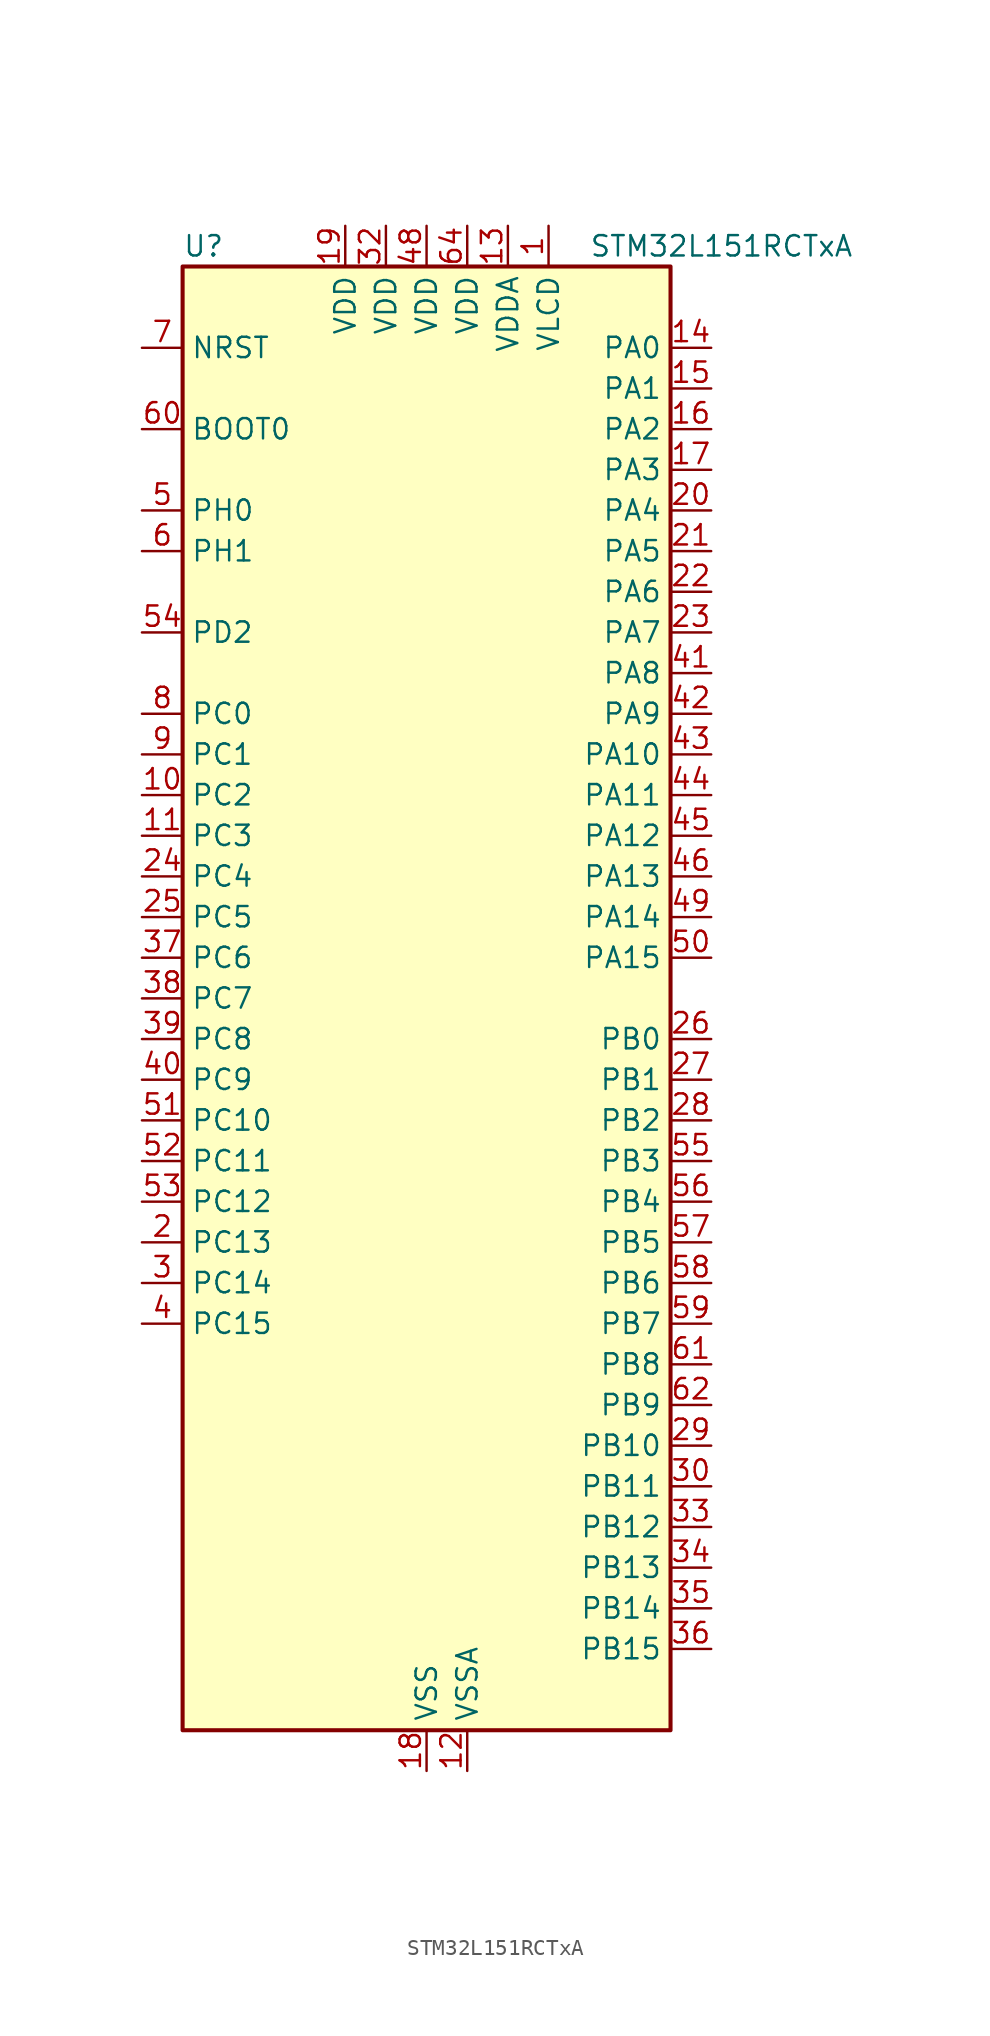
<source format=kicad_sym>
(kicad_symbol_lib
  (version 20241209)
  (generator "kicad_symbol_editor")
  (generator_version "9.0")
  (symbol "STM32L151RCTxA"
    (property "Reference" "U"
      (at -15.24 46.99 0)
      (effects (font (size 1.27 1.27)) (justify left)))
    (property "Value" "STM32L151RCTxA"
      (at 10.16 46.99 0)
      (effects (font (size 1.27 1.27)) (justify left)))
    (symbol "STM32L151RCTxA_0_1"
      (rectangle (start -15.24 -45.72) (end 15.24 45.72) (stroke (width 0.254) (type default)) (fill (type background))))
    (symbol "STM32L151RCTxA_1_1"
      (pin input line (at -17.78 40.64 0) (length 2.54) (name "NRST" (effects (font (size 1.27 1.27)))) (number "7" (effects (font (size 1.27 1.27)))))
      (pin input line (at -17.78 35.56 0) (length 2.54) (name "BOOT0" (effects (font (size 1.27 1.27)))) (number "60" (effects (font (size 1.27 1.27)))))
      (pin bidirectional line (at -17.78 30.48 0) (length 2.54) (name "PH0" (effects (font (size 1.27 1.27)))) (number "5" (effects (font (size 1.27 1.27)))) (alternate "RCC_OSC_IN" bidirectional line))
      (pin bidirectional line (at -17.78 27.94 0) (length 2.54) (name "PH1" (effects (font (size 1.27 1.27)))) (number "6" (effects (font (size 1.27 1.27)))) (alternate "RCC_OSC_OUT" bidirectional line))
      (pin bidirectional line (at -17.78 22.86 0) (length 2.54) (name "PD2" (effects (font (size 1.27 1.27)))) (number "54" (effects (font (size 1.27 1.27)))) (alternate "TIM3_ETR" bidirectional line) (alternate "TIMX_IC3" bidirectional line))
      (pin bidirectional line (at -17.78 17.78 0) (length 2.54) (name "PC0" (effects (font (size 1.27 1.27)))) (number "8" (effects (font (size 1.27 1.27)))) (alternate "ADC_IN10" bidirectional line) (alternate "COMP1_INP" bidirectional line) (alternate "TIMX_IC1" bidirectional line) (alternate "TS_G8_IO1" bidirectional line))
      (pin bidirectional line (at -17.78 15.24 0) (length 2.54) (name "PC1" (effects (font (size 1.27 1.27)))) (number "9" (effects (font (size 1.27 1.27)))) (alternate "ADC_IN11" bidirectional line) (alternate "COMP1_INP" bidirectional line) (alternate "TIMX_IC2" bidirectional line) (alternate "TS_G8_IO2" bidirectional line))
      (pin bidirectional line (at -17.78 12.7 0) (length 2.54) (name "PC2" (effects (font (size 1.27 1.27)))) (number "10" (effects (font (size 1.27 1.27)))) (alternate "ADC_IN12" bidirectional line) (alternate "COMP1_INP" bidirectional line) (alternate "TIMX_IC3" bidirectional line) (alternate "TS_G8_IO3" bidirectional line))
      (pin bidirectional line (at -17.78 10.16 0) (length 2.54) (name "PC3" (effects (font (size 1.27 1.27)))) (number "11" (effects (font (size 1.27 1.27)))) (alternate "ADC_IN13" bidirectional line) (alternate "COMP1_INP" bidirectional line) (alternate "TIMX_IC4" bidirectional line) (alternate "TS_G8_IO4" bidirectional line))
      (pin bidirectional line (at -17.78 7.62 0) (length 2.54) (name "PC4" (effects (font (size 1.27 1.27)))) (number "24" (effects (font (size 1.27 1.27)))) (alternate "ADC_IN14" bidirectional line) (alternate "COMP1_INP" bidirectional line) (alternate "TIMX_IC1" bidirectional line) (alternate "TS_G9_IO1" bidirectional line))
      (pin bidirectional line (at -17.78 5.08 0) (length 2.54) (name "PC5" (effects (font (size 1.27 1.27)))) (number "25" (effects (font (size 1.27 1.27)))) (alternate "ADC_IN15" bidirectional line) (alternate "COMP1_INP" bidirectional line) (alternate "TIMX_IC2" bidirectional line) (alternate "TS_G9_IO2" bidirectional line))
      (pin bidirectional line (at -17.78 2.54 0) (length 2.54) (name "PC6" (effects (font (size 1.27 1.27)))) (number "37" (effects (font (size 1.27 1.27)))) (alternate "I2S2_MCK" bidirectional line) (alternate "TIM3_CH1" bidirectional line) (alternate "TIMX_IC3" bidirectional line) (alternate "TS_G10_IO1" bidirectional line))
      (pin bidirectional line (at -17.78 0 0) (length 2.54) (name "PC7" (effects (font (size 1.27 1.27)))) (number "38" (effects (font (size 1.27 1.27)))) (alternate "I2S3_MCK" bidirectional line) (alternate "TIM3_CH2" bidirectional line) (alternate "TIMX_IC4" bidirectional line) (alternate "TS_G10_IO2" bidirectional line))
      (pin bidirectional line (at -17.78 -2.54 0) (length 2.54) (name "PC8" (effects (font (size 1.27 1.27)))) (number "39" (effects (font (size 1.27 1.27)))) (alternate "TIM3_CH3" bidirectional line) (alternate "TIMX_IC1" bidirectional line) (alternate "TS_G10_IO3" bidirectional line))
      (pin bidirectional line (at -17.78 -5.08 0) (length 2.54) (name "PC9" (effects (font (size 1.27 1.27)))) (number "40" (effects (font (size 1.27 1.27)))) (alternate "DAC_EXTI9" bidirectional line) (alternate "TIM3_CH4" bidirectional line) (alternate "TIMX_IC2" bidirectional line) (alternate "TS_G10_IO4" bidirectional line))
      (pin bidirectional line (at -17.78 -7.62 0) (length 2.54) (name "PC10" (effects (font (size 1.27 1.27)))) (number "51" (effects (font (size 1.27 1.27)))) (alternate "I2S3_CK" bidirectional line) (alternate "SPI3_SCK" bidirectional line) (alternate "TIMX_IC3" bidirectional line) (alternate "USART3_TX" bidirectional line))
      (pin bidirectional line (at -17.78 -10.16 0) (length 2.54) (name "PC11" (effects (font (size 1.27 1.27)))) (number "52" (effects (font (size 1.27 1.27)))) (alternate "ADC_EXTI11" bidirectional line) (alternate "SPI3_MISO" bidirectional line) (alternate "TIMX_IC4" bidirectional line) (alternate "USART3_RX" bidirectional line))
      (pin bidirectional line (at -17.78 -12.7 0) (length 2.54) (name "PC12" (effects (font (size 1.27 1.27)))) (number "53" (effects (font (size 1.27 1.27)))) (alternate "I2S3_SD" bidirectional line) (alternate "SPI3_MOSI" bidirectional line) (alternate "TIMX_IC1" bidirectional line) (alternate "USART3_CK" bidirectional line))
      (pin bidirectional line (at -17.78 -15.24 0) (length 2.54) (name "PC13" (effects (font (size 1.27 1.27)))) (number "2" (effects (font (size 1.27 1.27)))) (alternate "RTC_OUT_ALARM" bidirectional line) (alternate "RTC_OUT_CALIB" bidirectional line) (alternate "RTC_TAMP1" bidirectional line) (alternate "RTC_TS" bidirectional line) (alternate "SYS_WKUP2" bidirectional line) (alternate "TIMX_IC2" bidirectional line))
      (pin bidirectional line (at -17.78 -17.78 0) (length 2.54) (name "PC14" (effects (font (size 1.27 1.27)))) (number "3" (effects (font (size 1.27 1.27)))) (alternate "RCC_OSC32_IN" bidirectional line) (alternate "TIMX_IC3" bidirectional line))
      (pin bidirectional line (at -17.78 -20.32 0) (length 2.54) (name "PC15" (effects (font (size 1.27 1.27)))) (number "4" (effects (font (size 1.27 1.27)))) (alternate "ADC_EXTI15" bidirectional line) (alternate "RCC_OSC32_OUT" bidirectional line) (alternate "TIMX_IC4" bidirectional line))
      (pin power_in line (at -5.08 48.26 270) (length 2.54) (name "VDD" (effects (font (size 1.27 1.27)))) (number "19" (effects (font (size 1.27 1.27)))))
      (pin power_in line (at -2.54 48.26 270) (length 2.54) (name "VDD" (effects (font (size 1.27 1.27)))) (number "32" (effects (font (size 1.27 1.27)))))
      (pin power_in line (at 0 48.26 270) (length 2.54) (name "VDD" (effects (font (size 1.27 1.27)))) (number "48" (effects (font (size 1.27 1.27)))))
      (pin power_in line (at 0 -48.26 90) (length 2.54) (name "VSS" (effects (font (size 1.27 1.27)))) (number "18" (effects (font (size 1.27 1.27)))))
      (pin passive line (at 0 -48.26 90) (length 2.54) (hide yes) (name "VSS" (effects (font (size 1.27 1.27)))) (number "31" (effects (font (size 1.27 1.27)))))
      (pin passive line (at 0 -48.26 90) (length 2.54) (hide yes) (name "VSS" (effects (font (size 1.27 1.27)))) (number "47" (effects (font (size 1.27 1.27)))))
      (pin passive line (at 0 -48.26 90) (length 2.54) (hide yes) (name "VSS" (effects (font (size 1.27 1.27)))) (number "63" (effects (font (size 1.27 1.27)))))
      (pin power_in line (at 2.54 48.26 270) (length 2.54) (name "VDD" (effects (font (size 1.27 1.27)))) (number "64" (effects (font (size 1.27 1.27)))))
      (pin power_in line (at 2.54 -48.26 90) (length 2.54) (name "VSSA" (effects (font (size 1.27 1.27)))) (number "12" (effects (font (size 1.27 1.27)))))
      (pin power_in line (at 5.08 48.26 270) (length 2.54) (name "VDDA" (effects (font (size 1.27 1.27)))) (number "13" (effects (font (size 1.27 1.27)))))
      (pin power_in line (at 7.62 48.26 270) (length 2.54) (name "VLCD" (effects (font (size 1.27 1.27)))) (number "1" (effects (font (size 1.27 1.27)))))
      (pin bidirectional line (at 17.78 40.64 180) (length 2.54) (name "PA0" (effects (font (size 1.27 1.27)))) (number "14" (effects (font (size 1.27 1.27)))) (alternate "ADC_IN0" bidirectional line) (alternate "COMP1_INP" bidirectional line) (alternate "RTC_TAMP2" bidirectional line) (alternate "SYS_WKUP1" bidirectional line) (alternate "TIM2_CH1" bidirectional line) (alternate "TIM2_ETR" bidirectional line) (alternate "TIM5_CH1" bidirectional line) (alternate "TIMX_IC1" bidirectional line) (alternate "TS_G1_IO1" bidirectional line) (alternate "USART2_CTS" bidirectional line))
      (pin bidirectional line (at 17.78 38.1 180) (length 2.54) (name "PA1" (effects (font (size 1.27 1.27)))) (number "15" (effects (font (size 1.27 1.27)))) (alternate "ADC_IN1" bidirectional line) (alternate "COMP1_INP" bidirectional line) (alternate "OPAMP1_VINP" bidirectional line) (alternate "TIM2_CH2" bidirectional line) (alternate "TIM5_CH2" bidirectional line) (alternate "TIMX_IC2" bidirectional line) (alternate "TS_G1_IO2" bidirectional line) (alternate "USART2_RTS" bidirectional line))
      (pin bidirectional line (at 17.78 35.56 180) (length 2.54) (name "PA2" (effects (font (size 1.27 1.27)))) (number "16" (effects (font (size 1.27 1.27)))) (alternate "ADC_IN2" bidirectional line) (alternate "COMP1_INP" bidirectional line) (alternate "OPAMP1_VINM" bidirectional line) (alternate "TIM2_CH3" bidirectional line) (alternate "TIM5_CH3" bidirectional line) (alternate "TIM9_CH1" bidirectional line) (alternate "TIMX_IC3" bidirectional line) (alternate "TS_G1_IO3" bidirectional line) (alternate "USART2_TX" bidirectional line))
      (pin bidirectional line (at 17.78 33.02 180) (length 2.54) (name "PA3" (effects (font (size 1.27 1.27)))) (number "17" (effects (font (size 1.27 1.27)))) (alternate "ADC_IN3" bidirectional line) (alternate "COMP1_INP" bidirectional line) (alternate "OPAMP1_VOUT" bidirectional line) (alternate "TIM2_CH4" bidirectional line) (alternate "TIM5_CH4" bidirectional line) (alternate "TIM9_CH2" bidirectional line) (alternate "TIMX_IC4" bidirectional line) (alternate "TS_G1_IO4" bidirectional line) (alternate "USART2_RX" bidirectional line))
      (pin bidirectional line (at 17.78 30.48 180) (length 2.54) (name "PA4" (effects (font (size 1.27 1.27)))) (number "20" (effects (font (size 1.27 1.27)))) (alternate "ADC_IN4" bidirectional line) (alternate "COMP1_INP" bidirectional line) (alternate "DAC_OUT1" bidirectional line) (alternate "I2S3_WS" bidirectional line) (alternate "SPI1_NSS" bidirectional line) (alternate "SPI3_NSS" bidirectional line) (alternate "TIMX_IC1" bidirectional line) (alternate "USART2_CK" bidirectional line))
      (pin bidirectional line (at 17.78 27.94 180) (length 2.54) (name "PA5" (effects (font (size 1.27 1.27)))) (number "21" (effects (font (size 1.27 1.27)))) (alternate "ADC_IN5" bidirectional line) (alternate "COMP1_INP" bidirectional line) (alternate "DAC_OUT2" bidirectional line) (alternate "SPI1_SCK" bidirectional line) (alternate "TIM2_CH1" bidirectional line) (alternate "TIM2_ETR" bidirectional line) (alternate "TIMX_IC2" bidirectional line))
      (pin bidirectional line (at 17.78 25.4 180) (length 2.54) (name "PA6" (effects (font (size 1.27 1.27)))) (number "22" (effects (font (size 1.27 1.27)))) (alternate "ADC_IN6" bidirectional line) (alternate "COMP1_INP" bidirectional line) (alternate "OPAMP2_VINP" bidirectional line) (alternate "SPI1_MISO" bidirectional line) (alternate "TIM10_CH1" bidirectional line) (alternate "TIM3_CH1" bidirectional line) (alternate "TIMX_IC3" bidirectional line) (alternate "TS_G2_IO1" bidirectional line))
      (pin bidirectional line (at 17.78 22.86 180) (length 2.54) (name "PA7" (effects (font (size 1.27 1.27)))) (number "23" (effects (font (size 1.27 1.27)))) (alternate "ADC_IN7" bidirectional line) (alternate "COMP1_INP" bidirectional line) (alternate "OPAMP2_VINM" bidirectional line) (alternate "SPI1_MOSI" bidirectional line) (alternate "TIM11_CH1" bidirectional line) (alternate "TIM3_CH2" bidirectional line) (alternate "TIMX_IC4" bidirectional line) (alternate "TS_G2_IO2" bidirectional line))
      (pin bidirectional line (at 17.78 20.32 180) (length 2.54) (name "PA8" (effects (font (size 1.27 1.27)))) (number "41" (effects (font (size 1.27 1.27)))) (alternate "RCC_MCO" bidirectional line) (alternate "TIMX_IC1" bidirectional line) (alternate "TS_G4_IO1" bidirectional line) (alternate "USART1_CK" bidirectional line))
      (pin bidirectional line (at 17.78 17.78 180) (length 2.54) (name "PA9" (effects (font (size 1.27 1.27)))) (number "42" (effects (font (size 1.27 1.27)))) (alternate "DAC_EXTI9" bidirectional line) (alternate "TIMX_IC2" bidirectional line) (alternate "TS_G4_IO2" bidirectional line) (alternate "USART1_TX" bidirectional line))
      (pin bidirectional line (at 17.78 15.24 180) (length 2.54) (name "PA10" (effects (font (size 1.27 1.27)))) (number "43" (effects (font (size 1.27 1.27)))) (alternate "TIMX_IC3" bidirectional line) (alternate "TS_G4_IO3" bidirectional line) (alternate "USART1_RX" bidirectional line))
      (pin bidirectional line (at 17.78 12.7 180) (length 2.54) (name "PA11" (effects (font (size 1.27 1.27)))) (number "44" (effects (font (size 1.27 1.27)))) (alternate "ADC_EXTI11" bidirectional line) (alternate "SPI1_MISO" bidirectional line) (alternate "TIMX_IC4" bidirectional line) (alternate "USART1_CTS" bidirectional line) (alternate "USB_DM" bidirectional line))
      (pin bidirectional line (at 17.78 10.16 180) (length 2.54) (name "PA12" (effects (font (size 1.27 1.27)))) (number "45" (effects (font (size 1.27 1.27)))) (alternate "SPI1_MOSI" bidirectional line) (alternate "TIMX_IC1" bidirectional line) (alternate "USART1_RTS" bidirectional line) (alternate "USB_DP" bidirectional line))
      (pin bidirectional line (at 17.78 7.62 180) (length 2.54) (name "PA13" (effects (font (size 1.27 1.27)))) (number "46" (effects (font (size 1.27 1.27)))) (alternate "SYS_JTMS-SWDIO" bidirectional line) (alternate "TIMX_IC2" bidirectional line) (alternate "TS_G5_IO1" bidirectional line))
      (pin bidirectional line (at 17.78 5.08 180) (length 2.54) (name "PA14" (effects (font (size 1.27 1.27)))) (number "49" (effects (font (size 1.27 1.27)))) (alternate "SYS_JTCK-SWCLK" bidirectional line) (alternate "TIMX_IC3" bidirectional line) (alternate "TS_G5_IO2" bidirectional line))
      (pin bidirectional line (at 17.78 2.54 180) (length 2.54) (name "PA15" (effects (font (size 1.27 1.27)))) (number "50" (effects (font (size 1.27 1.27)))) (alternate "ADC_EXTI15" bidirectional line) (alternate "I2S3_WS" bidirectional line) (alternate "SPI1_NSS" bidirectional line) (alternate "SPI3_NSS" bidirectional line) (alternate "SYS_JTDI" bidirectional line) (alternate "TIM2_CH1" bidirectional line) (alternate "TIM2_ETR" bidirectional line) (alternate "TIMX_IC4" bidirectional line) (alternate "TS_G5_IO3" bidirectional line))
      (pin bidirectional line (at 17.78 -2.54 180) (length 2.54) (name "PB0" (effects (font (size 1.27 1.27)))) (number "26" (effects (font (size 1.27 1.27)))) (alternate "ADC_IN8" bidirectional line) (alternate "COMP1_INP" bidirectional line) (alternate "OPAMP2_VOUT" bidirectional line) (alternate "SYS_V_REF_OUT" bidirectional line) (alternate "TIM3_CH3" bidirectional line) (alternate "TS_G3_IO1" bidirectional line))
      (pin bidirectional line (at 17.78 -5.08 180) (length 2.54) (name "PB1" (effects (font (size 1.27 1.27)))) (number "27" (effects (font (size 1.27 1.27)))) (alternate "ADC_IN9" bidirectional line) (alternate "COMP1_INP" bidirectional line) (alternate "SYS_V_REF_OUT" bidirectional line) (alternate "TIM3_CH4" bidirectional line) (alternate "TS_G3_IO2" bidirectional line))
      (pin bidirectional line (at 17.78 -7.62 180) (length 2.54) (name "PB2" (effects (font (size 1.27 1.27)))) (number "28" (effects (font (size 1.27 1.27)))) (alternate "TS_G3_IO3" bidirectional line))
      (pin bidirectional line (at 17.78 -10.16 180) (length 2.54) (name "PB3" (effects (font (size 1.27 1.27)))) (number "55" (effects (font (size 1.27 1.27)))) (alternate "COMP2_INM" bidirectional line) (alternate "I2S3_CK" bidirectional line) (alternate "SPI1_SCK" bidirectional line) (alternate "SPI3_SCK" bidirectional line) (alternate "SYS_JTDO-TRACESWO" bidirectional line) (alternate "TIM2_CH2" bidirectional line))
      (pin bidirectional line (at 17.78 -12.7 180) (length 2.54) (name "PB4" (effects (font (size 1.27 1.27)))) (number "56" (effects (font (size 1.27 1.27)))) (alternate "COMP2_INP" bidirectional line) (alternate "SPI1_MISO" bidirectional line) (alternate "SPI3_MISO" bidirectional line) (alternate "SYS_JTRST" bidirectional line) (alternate "TIM3_CH1" bidirectional line) (alternate "TS_G6_IO1" bidirectional line))
      (pin bidirectional line (at 17.78 -15.24 180) (length 2.54) (name "PB5" (effects (font (size 1.27 1.27)))) (number "57" (effects (font (size 1.27 1.27)))) (alternate "COMP2_INP" bidirectional line) (alternate "I2C1_SMBA" bidirectional line) (alternate "I2S3_SD" bidirectional line) (alternate "SPI1_MOSI" bidirectional line) (alternate "SPI3_MOSI" bidirectional line) (alternate "TIM3_CH2" bidirectional line) (alternate "TS_G6_IO2" bidirectional line))
      (pin bidirectional line (at 17.78 -17.78 180) (length 2.54) (name "PB6" (effects (font (size 1.27 1.27)))) (number "58" (effects (font (size 1.27 1.27)))) (alternate "COMP2_INP" bidirectional line) (alternate "I2C1_SCL" bidirectional line) (alternate "TIM4_CH1" bidirectional line) (alternate "TS_G6_IO3" bidirectional line) (alternate "USART1_TX" bidirectional line))
      (pin bidirectional line (at 17.78 -20.32 180) (length 2.54) (name "PB7" (effects (font (size 1.27 1.27)))) (number "59" (effects (font (size 1.27 1.27)))) (alternate "COMP2_INP" bidirectional line) (alternate "I2C1_SDA" bidirectional line) (alternate "SYS_PVD_IN" bidirectional line) (alternate "TIM4_CH2" bidirectional line) (alternate "TS_G6_IO4" bidirectional line) (alternate "USART1_RX" bidirectional line))
      (pin bidirectional line (at 17.78 -22.86 180) (length 2.54) (name "PB8" (effects (font (size 1.27 1.27)))) (number "61" (effects (font (size 1.27 1.27)))) (alternate "I2C1_SCL" bidirectional line) (alternate "TIM10_CH1" bidirectional line) (alternate "TIM4_CH3" bidirectional line))
      (pin bidirectional line (at 17.78 -25.4 180) (length 2.54) (name "PB9" (effects (font (size 1.27 1.27)))) (number "62" (effects (font (size 1.27 1.27)))) (alternate "DAC_EXTI9" bidirectional line) (alternate "I2C1_SDA" bidirectional line) (alternate "TIM11_CH1" bidirectional line) (alternate "TIM4_CH4" bidirectional line))
      (pin bidirectional line (at 17.78 -27.94 180) (length 2.54) (name "PB10" (effects (font (size 1.27 1.27)))) (number "29" (effects (font (size 1.27 1.27)))) (alternate "I2C2_SCL" bidirectional line) (alternate "TIM2_CH3" bidirectional line) (alternate "USART3_TX" bidirectional line))
      (pin bidirectional line (at 17.78 -30.48 180) (length 2.54) (name "PB11" (effects (font (size 1.27 1.27)))) (number "30" (effects (font (size 1.27 1.27)))) (alternate "ADC_EXTI11" bidirectional line) (alternate "I2C2_SDA" bidirectional line) (alternate "TIM2_CH4" bidirectional line) (alternate "USART3_RX" bidirectional line))
      (pin bidirectional line (at 17.78 -33.02 180) (length 2.54) (name "PB12" (effects (font (size 1.27 1.27)))) (number "33" (effects (font (size 1.27 1.27)))) (alternate "ADC_IN18" bidirectional line) (alternate "COMP1_INP" bidirectional line) (alternate "I2C2_SMBA" bidirectional line) (alternate "I2S2_WS" bidirectional line) (alternate "SPI2_NSS" bidirectional line) (alternate "TIM10_CH1" bidirectional line) (alternate "TS_G7_IO1" bidirectional line) (alternate "USART3_CK" bidirectional line))
      (pin bidirectional line (at 17.78 -35.56 180) (length 2.54) (name "PB13" (effects (font (size 1.27 1.27)))) (number "34" (effects (font (size 1.27 1.27)))) (alternate "ADC_IN19" bidirectional line) (alternate "COMP1_INP" bidirectional line) (alternate "I2S2_CK" bidirectional line) (alternate "SPI2_SCK" bidirectional line) (alternate "TIM9_CH1" bidirectional line) (alternate "TS_G7_IO2" bidirectional line) (alternate "USART3_CTS" bidirectional line))
      (pin bidirectional line (at 17.78 -38.1 180) (length 2.54) (name "PB14" (effects (font (size 1.27 1.27)))) (number "35" (effects (font (size 1.27 1.27)))) (alternate "ADC_IN20" bidirectional line) (alternate "COMP1_INP" bidirectional line) (alternate "SPI2_MISO" bidirectional line) (alternate "TIM9_CH2" bidirectional line) (alternate "TS_G7_IO3" bidirectional line) (alternate "USART3_RTS" bidirectional line))
      (pin bidirectional line (at 17.78 -40.64 180) (length 2.54) (name "PB15" (effects (font (size 1.27 1.27)))) (number "36" (effects (font (size 1.27 1.27)))) (alternate "ADC_EXTI15" bidirectional line) (alternate "ADC_IN21" bidirectional line) (alternate "COMP1_INP" bidirectional line) (alternate "I2S2_SD" bidirectional line) (alternate "RTC_REFIN" bidirectional line) (alternate "SPI2_MOSI" bidirectional line) (alternate "TIM11_CH1" bidirectional line) (alternate "TS_G7_IO4" bidirectional line)))))
</source>
